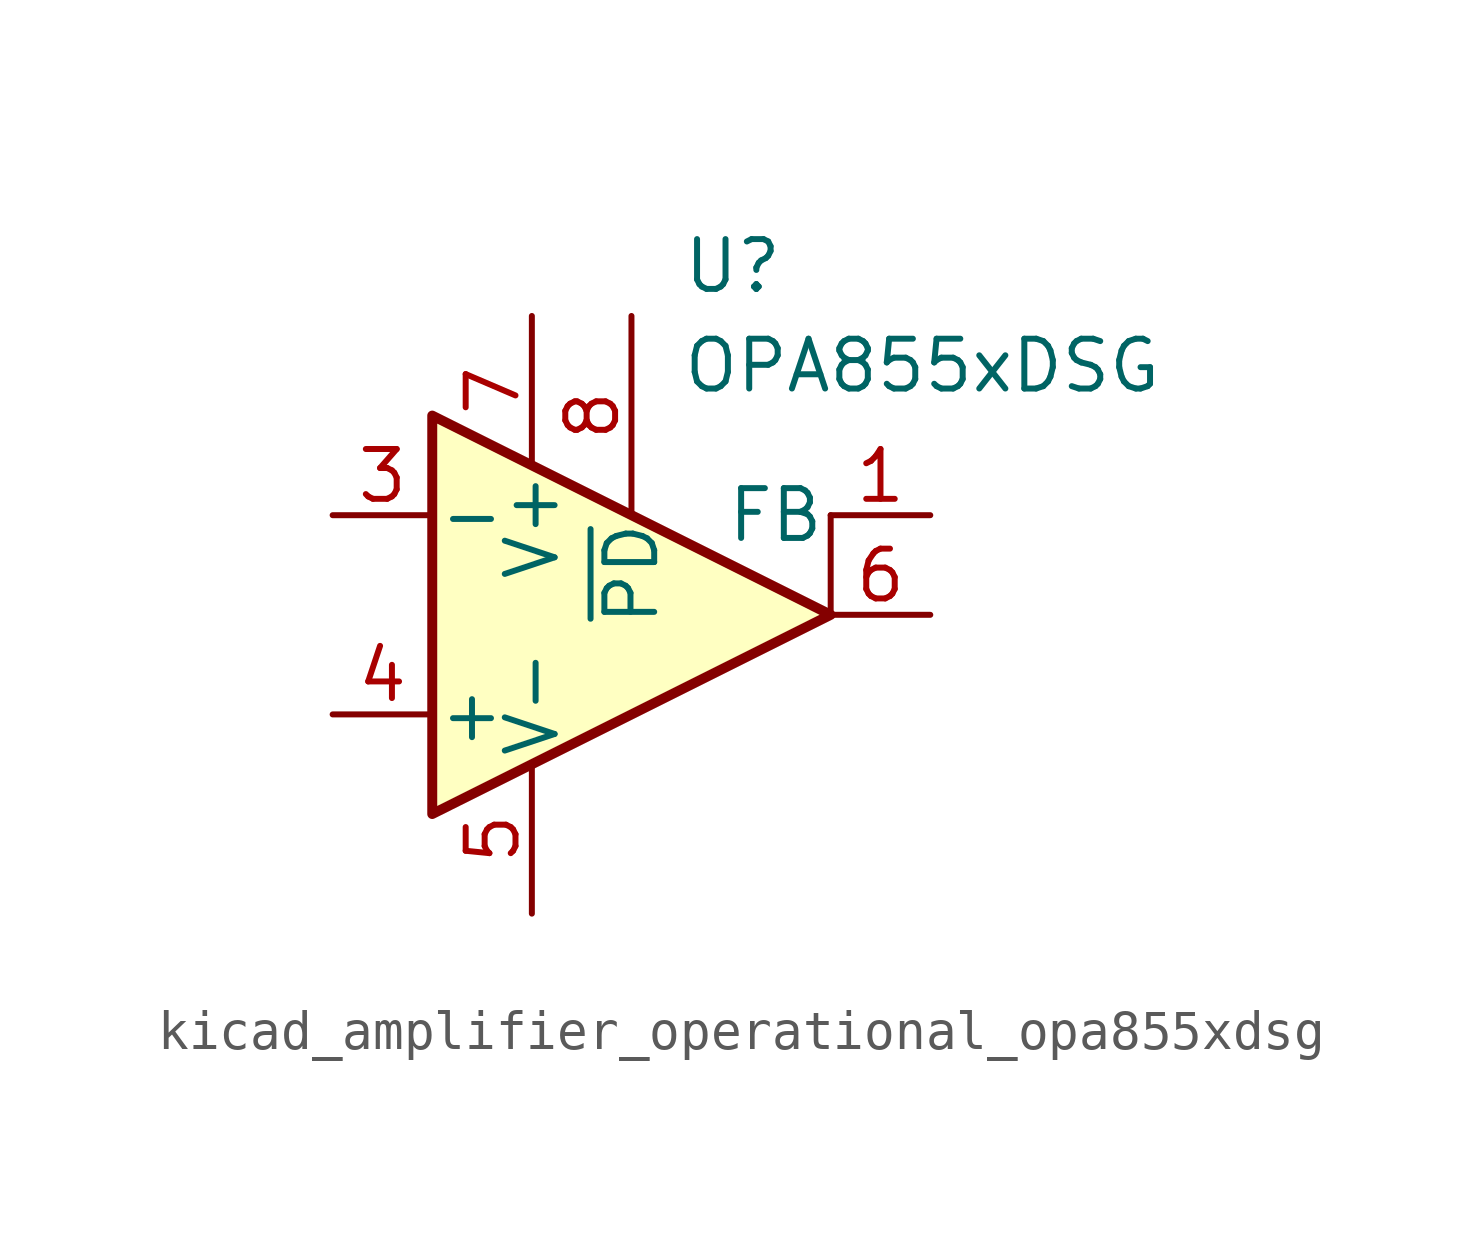
<source format=kicad_sym>
(kicad_symbol_lib
  (version 20220914)
  (generator kicad_symbol_editor)
  (symbol "kicad_amplifier_operational_opa855xdsg"
    (pin_names
      (offset 0.127))
    (property "Reference" "U"
      (at 1.27 8.89 0)
      (effects (font (size 1.27 1.27)) (justify left)))
    (property "Value" "OPA855xDSG"
      (at 1.27 6.35 0)
      (effects (font (size 1.27 1.27)) (justify left)))
    (symbol "kicad_amplifier_operational_opa855xdsg_0_0"
      (pin power_in line (at -2.54 7.62 270) (length 3.81) (name "V+" (effects (font (size 1.27 1.27)))) (number "7" (effects (font (size 1.27 1.27)))))
      (pin input line (at 0 7.62 270) (length 5.08) (name "~{PD}" (effects (font (size 1.27 1.27)))) (number "8" (effects (font (size 1.27 1.27)))))
      (pin passive line (at -2.54 -7.62 90) (length 3.81) hide (name "V-" (effects (font (size 1.27 1.27)))) (number "9" (effects (font (size 1.27 1.27))))))
    (symbol "kicad_amplifier_operational_opa855xdsg_0_1"
      (polyline (pts (xy 5.08 0) (xy 5.08 2.54)) (stroke (width 0.152) (type default)) (fill (type none)))
      (polyline (pts (xy -5.08 5.08) (xy 5.08 0) (xy -5.08 -5.08) (xy -5.08 5.08)) (stroke (width 0.254) (type default)) (fill (type background)))
      (pin no_connect line (at -5.08 -5.08 90) (length 3.81) hide (name "NC" (effects (font (size 1.27 1.27)))) (number "2" (effects (font (size 1.27 1.27)))))
      (pin output line (at 7.62 0 180) (length 2.54) (name "~" (effects (font (size 1.27 1.27)))) (number "6" (effects (font (size 1.27 1.27))))))
    (symbol "kicad_amplifier_operational_opa855xdsg_1_1"
      (pin output line (at 7.62 2.54 180) (length 2.54) (name "FB" (effects (font (size 1.27 1.27)))) (number "1" (effects (font (size 1.27 1.27)))))
      (pin input line (at -7.62 2.54 0) (length 2.54) (name "-" (effects (font (size 1.27 1.27)))) (number "3" (effects (font (size 1.27 1.27)))))
      (pin input line (at -7.62 -2.54 0) (length 2.54) (name "+" (effects (font (size 1.27 1.27)))) (number "4" (effects (font (size 1.27 1.27)))))
      (pin power_in line (at -2.54 -7.62 90) (length 3.81) (name "V-" (effects (font (size 1.27 1.27)))) (number "5" (effects (font (size 1.27 1.27))))))))
</source>
